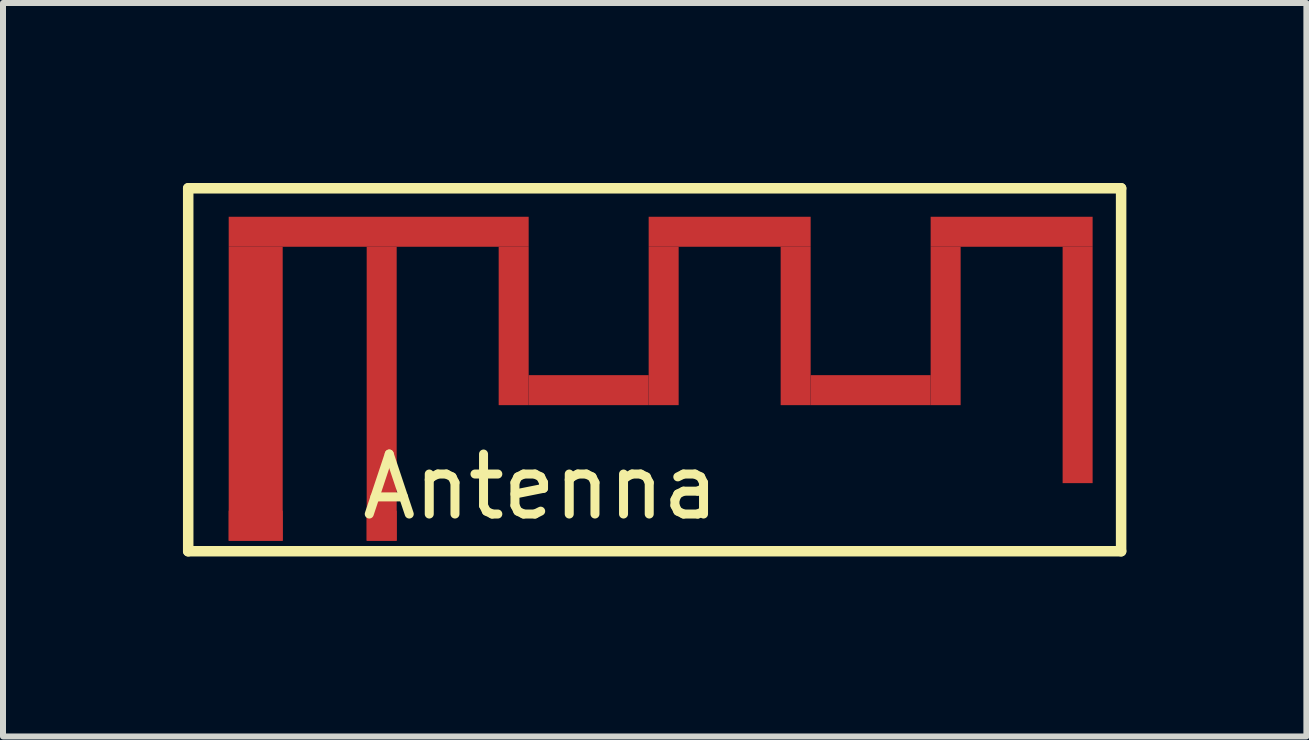
<source format=kicad_pcb>
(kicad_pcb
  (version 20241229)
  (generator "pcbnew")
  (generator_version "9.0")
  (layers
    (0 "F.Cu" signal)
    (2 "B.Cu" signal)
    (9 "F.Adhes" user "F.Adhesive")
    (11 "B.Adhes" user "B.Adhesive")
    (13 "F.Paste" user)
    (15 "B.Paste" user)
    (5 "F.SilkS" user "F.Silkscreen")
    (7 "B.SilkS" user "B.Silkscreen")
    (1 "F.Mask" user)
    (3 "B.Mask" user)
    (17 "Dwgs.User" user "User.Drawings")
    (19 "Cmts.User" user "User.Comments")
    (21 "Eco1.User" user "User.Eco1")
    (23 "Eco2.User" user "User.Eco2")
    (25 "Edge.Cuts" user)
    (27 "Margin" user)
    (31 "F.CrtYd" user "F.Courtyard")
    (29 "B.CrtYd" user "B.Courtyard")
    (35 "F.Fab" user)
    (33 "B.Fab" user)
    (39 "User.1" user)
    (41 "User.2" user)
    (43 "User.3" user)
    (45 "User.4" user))
  (footprint "Antenna"
    (layer "F.Cu")
    (at 1.212 5.713)
    (property "Reference" "Antenna" (at 4.75 -0.65 0) (layer "F.SilkS") (effects (font (size 1 1) (thickness 0.15))))
    (attr through_hole)
    (fp_line (start -1.125 -5.625) (end -1.125 0.425) (stroke (width 0.175) (type solid)) (layer "F.SilkS"))
    (fp_line (start -1.125 0.425) (end 14.425 0.425) (stroke (width 0.175) (type solid)) (layer "F.SilkS"))
    (fp_line (start 14.425 -5.625) (end -1.125 -5.625) (stroke (width 0.175) (type solid)) (layer "F.SilkS"))
    (fp_line (start 14.425 0.425) (end 14.425 -5.625) (stroke (width 0.175) (type solid)) (layer "F.SilkS"))
    (pad "1" smd rect (at 0 -2.2) (size 0.9 4.9) (layers "F.Cu"))
    (pad "1" smd rect (at 2.05 -4.9) (size 5 0.5) (layers "F.Cu"))
    (pad "1" smd rect (at 2.1 -2.2) (size 0.5 4.9) (layers "F.Cu"))
    (pad "1" smd rect (at 2.1 0) (size 0.5 0.5) (layers "F.Cu" "F.Mask" "F.Paste"))
    (pad "1" smd rect (at 4.3 -3.33) (size 0.5 2.64) (layers "F.Cu"))
    (pad "1" smd rect (at 5.55 -2.26) (size 2 0.5) (layers "F.Cu"))
    (pad "1" smd rect (at 6.8 -3.33) (size 0.5 2.64) (layers "F.Cu"))
    (pad "1" smd rect (at 7.9 -4.9) (size 2.7 0.5) (layers "F.Cu"))
    (pad "1" smd rect (at 9 -3.33) (size 0.5 2.64) (layers "F.Cu"))
    (pad "1" smd rect (at 10.25 -2.26) (size 2 0.5) (layers "F.Cu"))
    (pad "1" smd rect (at 11.5 -3.33) (size 0.5 2.64) (layers "F.Cu"))
    (pad "1" smd rect (at 12.6 -4.9) (size 2.7 0.5) (layers "F.Cu"))
    (pad "1" smd rect (at 13.7 -2.68) (size 0.5 3.94) (layers "F.Cu"))
    (pad "2" smd rect (at 0 0) (size 0.9 0.5) (layers "F.Cu" "F.Mask" "F.Paste")))
  (gr_rect
    (start -3 -3)
    (end 18.725 9.225)
    (stroke (width 0.1) (type default))
    (fill no)
    (layer "Edge.Cuts")))
</source>
